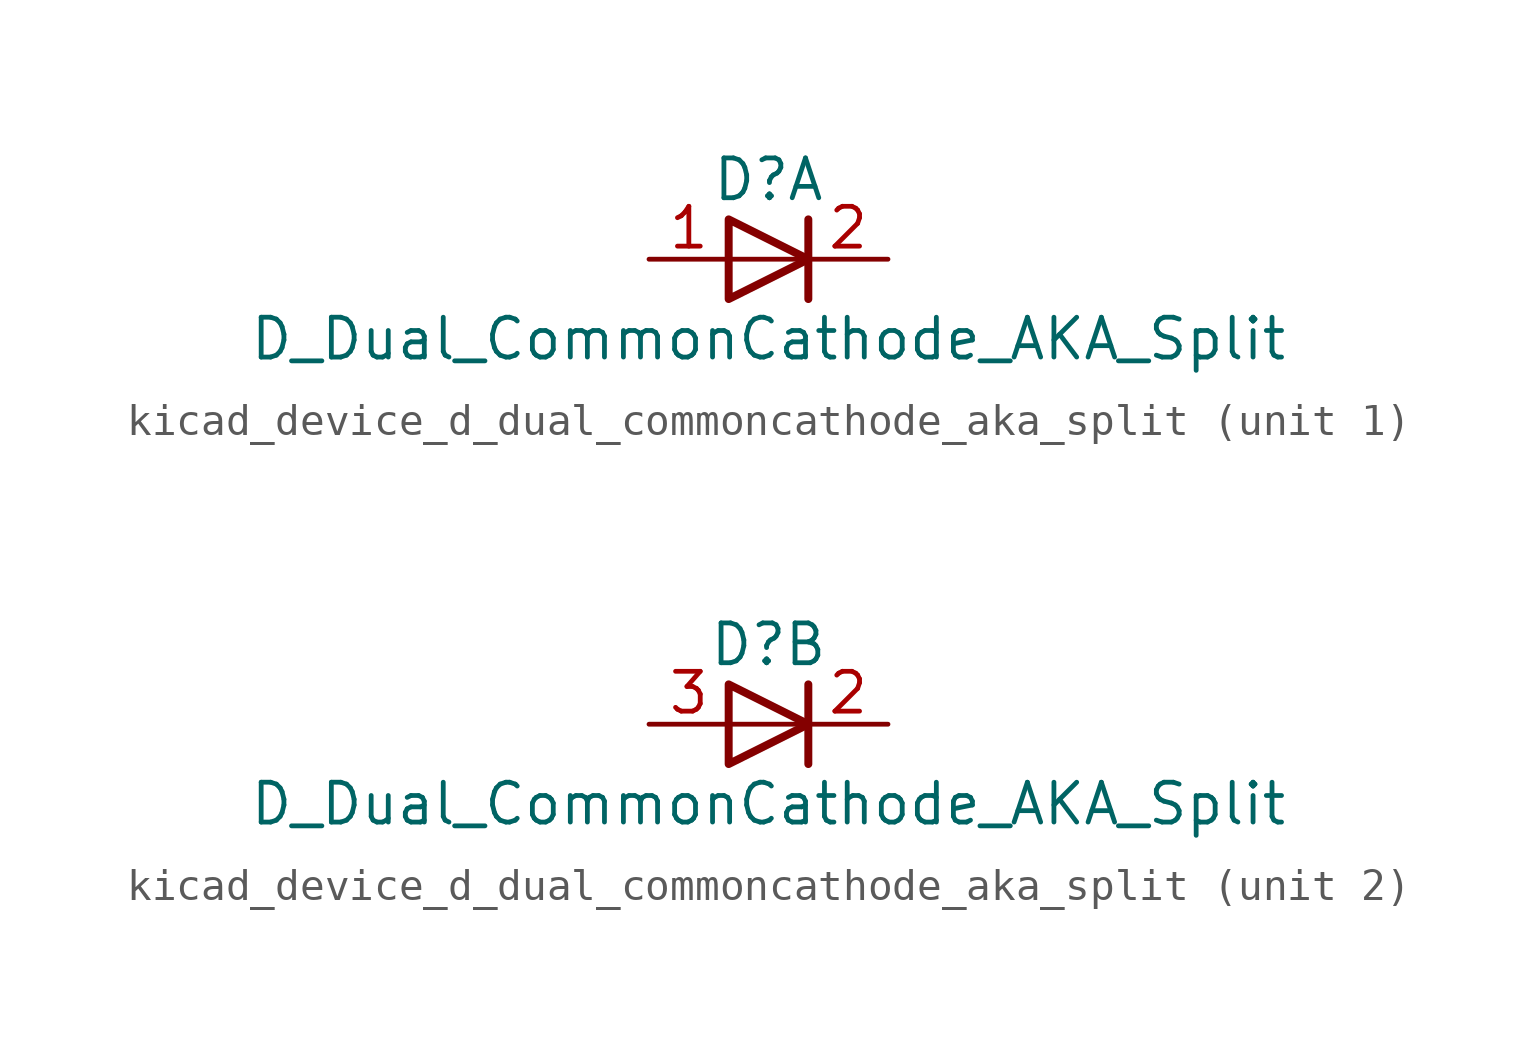
<source format=kicad_sym>
(kicad_symbol_lib
  (version 20220914)
  (generator kicad_symbol_editor)
  (symbol "kicad_device_d_dual_commoncathode_aka_split"
    (pin_names
      (offset 0.762) hide)
    (property "Reference" "D"
      (at 0 2.54 0)
      (effects (font (size 1.27 1.27))))
    (property "Value" "D_Dual_CommonCathode_AKA_Split"
      (at 0 -2.54 0)
      (effects (font (size 1.27 1.27))))
    (property "ki_locked" ""
      (at 0 0 0)
      (effects (font (size 1.27 1.27))))
    (symbol "kicad_device_d_dual_commoncathode_aka_split_0_0"
      (polyline (pts (xy 1.27 0) (xy -1.27 0)) (stroke (width 0) (type default)) (fill (type none)))
      (polyline (pts (xy 1.27 1.27) (xy 1.27 -1.27)) (stroke (width 0.254) (type default)) (fill (type none))))
    (symbol "kicad_device_d_dual_commoncathode_aka_split_0_1"
      (polyline (pts (xy -1.27 1.27) (xy 1.27 0) (xy -1.27 -1.27) (xy -1.27 1.27) (xy -1.27 1.27) (xy -1.27 1.27)) (stroke (width 0.254) (type default)) (fill (type none)))
      (pin passive line (at 3.81 0 180) (length 2.54) (name "K" (effects (font (size 1.27 1.27)))) (number "2" (effects (font (size 1.27 1.27))))))
    (symbol "kicad_device_d_dual_commoncathode_aka_split_1_1"
      (pin passive line (at -3.81 0 0) (length 2.54) (name "A" (effects (font (size 1.27 1.27)))) (number "1" (effects (font (size 1.27 1.27))))))
    (symbol "kicad_device_d_dual_commoncathode_aka_split_2_1"
      (pin passive line (at -3.81 0 0) (length 2.54) (name "K" (effects (font (size 1.27 1.27)))) (number "3" (effects (font (size 1.27 1.27))))))))
</source>
